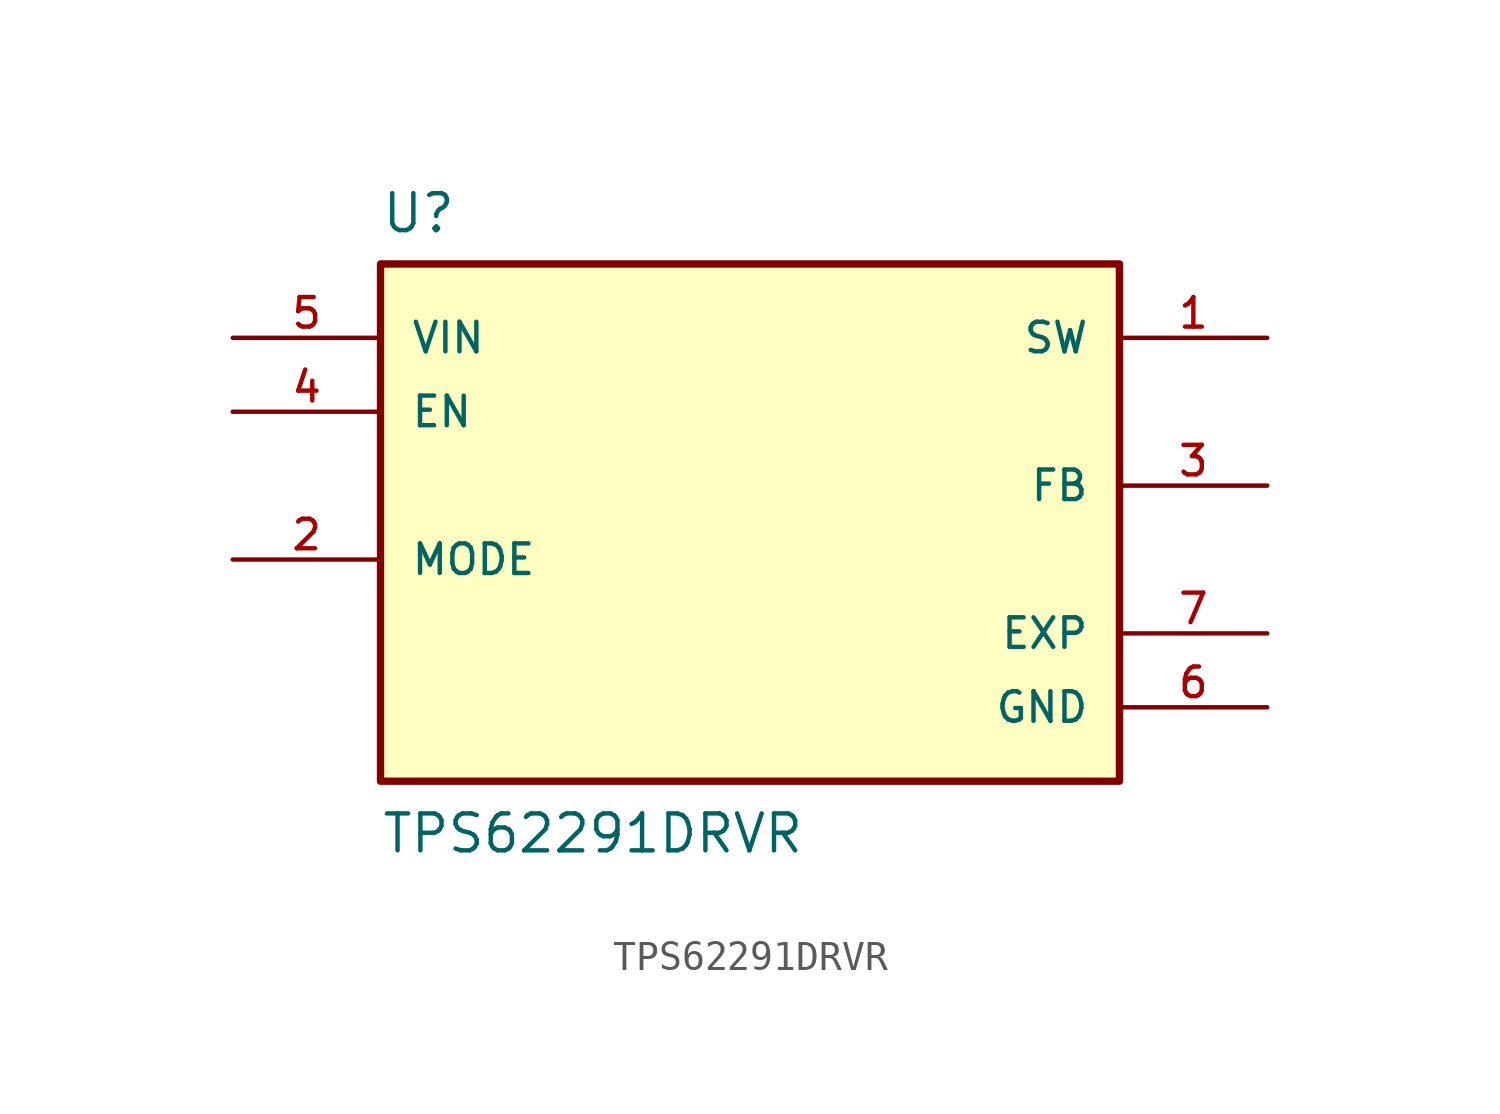
<source format=kicad_sym>
(kicad_symbol_lib
  (version 20211014)
  (generator kicad_symbol_editor)
  (symbol "TPS62291DRVR"
    (pin_names
      (offset 1.016))
    (property "Reference" "U"
      (at -12.7 11.16 0.0)
      (effects (font (size 1.27 1.27)) (justify bottom left)))
    (property "Value" "TPS62291DRVR"
      (at -12.7 -10.16 0.0)
      (effects (font (size 1.27 1.27)) (justify bottom left)))
    (symbol "TPS62291DRVR_0_0"
      (rectangle (start -12.7 -7.62) (end 12.7 10.16) (stroke (width 0.254)) (fill (type background)))
      (pin input line (at -17.78 5.08 0) (length 5.08) (name "EN" (effects (font (size 1.016 1.016)))) (number "4" (effects (font (size 1.016 1.016)))))
      (pin input line (at 17.78 2.54 180.0) (length 5.08) (name "FB" (effects (font (size 1.016 1.016)))) (number "3" (effects (font (size 1.016 1.016)))))
      (pin input line (at -17.78 0.0 0) (length 5.08) (name "MODE" (effects (font (size 1.016 1.016)))) (number "2" (effects (font (size 1.016 1.016)))))
      (pin input line (at -17.78 7.62 0) (length 5.08) (name "VIN" (effects (font (size 1.016 1.016)))) (number "5" (effects (font (size 1.016 1.016)))))
      (pin output line (at 17.78 7.62 180.0) (length 5.08) (name "SW" (effects (font (size 1.016 1.016)))) (number "1" (effects (font (size 1.016 1.016)))))
      (pin power_in line (at 17.78 -5.08 180.0) (length 5.08) (name "GND" (effects (font (size 1.016 1.016)))) (number "6" (effects (font (size 1.016 1.016)))))
      (pin power_in line (at 17.78 -2.54 180.0) (length 5.08) (name "EXP" (effects (font (size 1.016 1.016)))) (number "7" (effects (font (size 1.016 1.016))))))))
</source>
